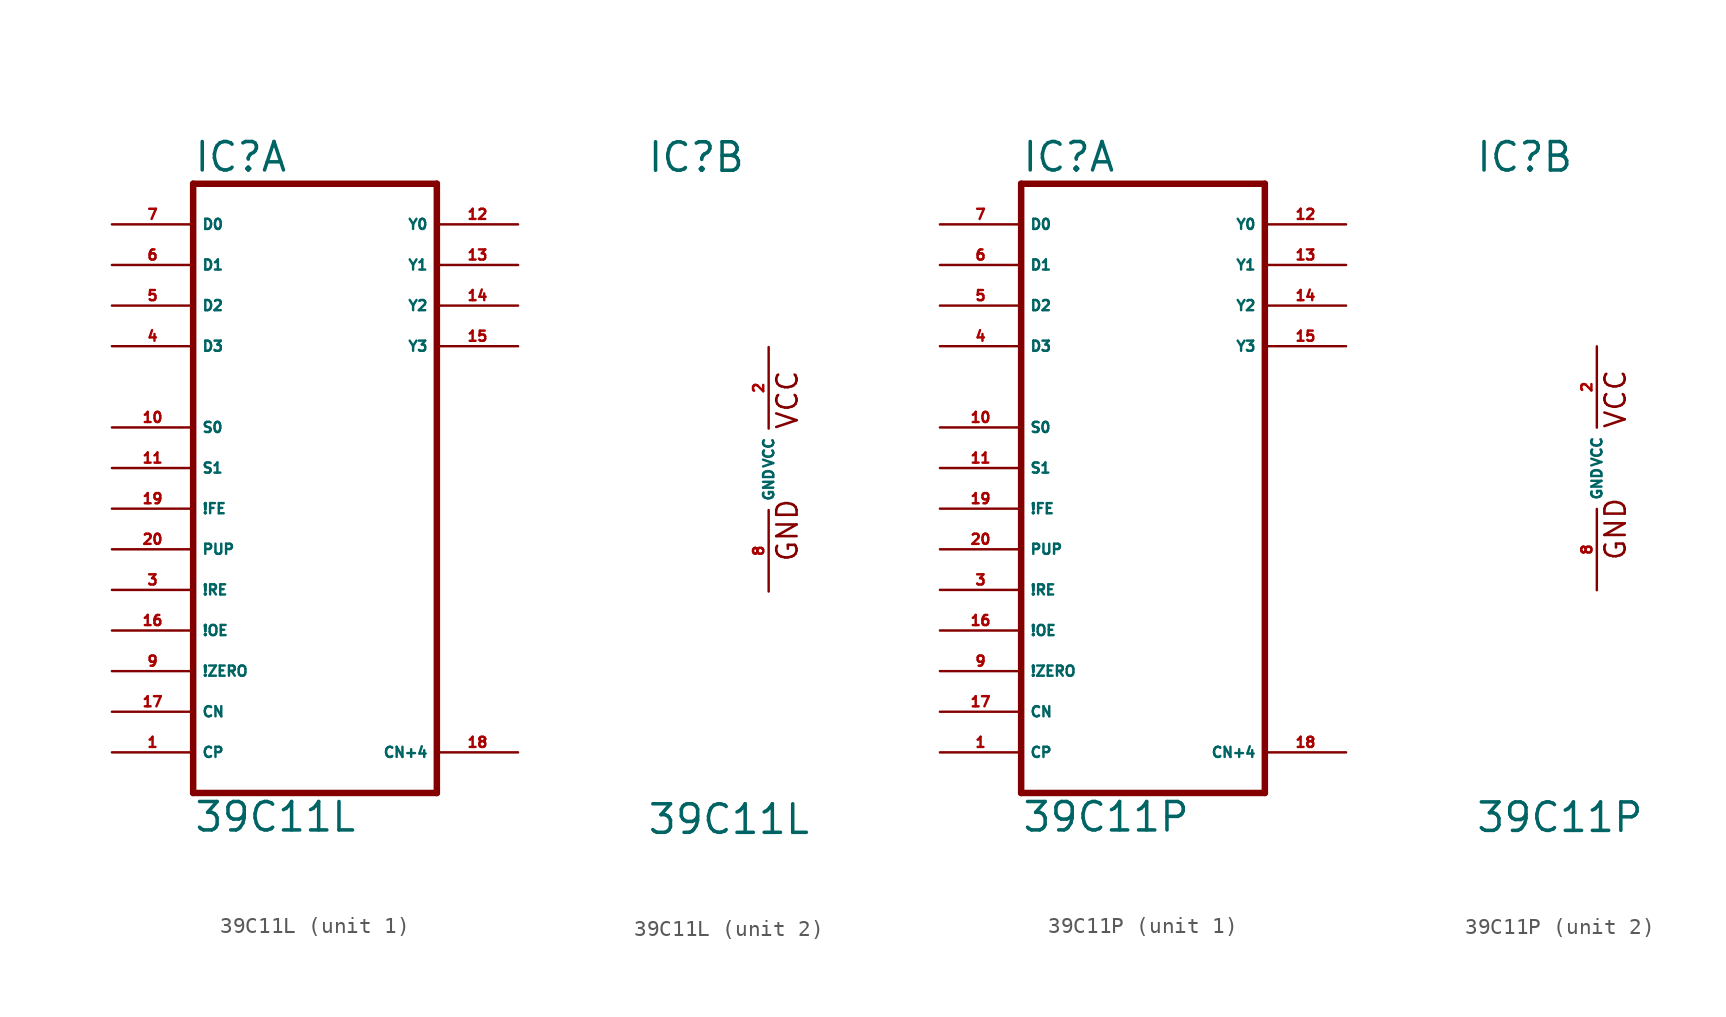
<source format=kicad_sym>
(kicad_symbol_lib
  (version 20220914)
  (generator Eagle2Kicad)
  (symbol "39C11L"
    (property "Reference" "IC"
      (at -7.62 18.415 0)
      (effects (font (size 1.778 1.778) (thickness 0.22)) (justify left bottom)))
    (property "Value" "39C11L"
      (at -7.62 -22.86 0)
      (effects (font (size 1.778 1.778) (thickness 0.22)) (justify left bottom)))
    (symbol "39C11L_1_0"
      (polyline (pts (xy -7.62 -20.32) (xy 7.62 -20.32)) (stroke (width 0.406) (type default)) (fill (type none)))
      (polyline (pts (xy 7.62 -20.32) (xy 7.62 17.78)) (stroke (width 0.406) (type default)) (fill (type none)))
      (polyline (pts (xy 7.62 17.78) (xy -7.62 17.78)) (stroke (width 0.406) (type default)) (fill (type none)))
      (polyline (pts (xy -7.62 17.78) (xy -7.62 -20.32)) (stroke (width 0.406) (type default)) (fill (type none)))
      (pin input line (at -12.7 15.24 0) (length 5.08) (name "D0" (effects (font (size 0.635 0.635) (thickness 0.08)) (justify left bottom))) (number "7" (effects (font (size 0.635 0.635) (thickness 0.08)) (justify left bottom))))
      (pin input line (at -12.7 12.7 0) (length 5.08) (name "D1" (effects (font (size 0.635 0.635) (thickness 0.08)) (justify left bottom))) (number "6" (effects (font (size 0.635 0.635) (thickness 0.08)) (justify left bottom))))
      (pin input line (at -12.7 10.16 0) (length 5.08) (name "D2" (effects (font (size 0.635 0.635) (thickness 0.08)) (justify left bottom))) (number "5" (effects (font (size 0.635 0.635) (thickness 0.08)) (justify left bottom))))
      (pin input line (at -12.7 7.62 0) (length 5.08) (name "D3" (effects (font (size 0.635 0.635) (thickness 0.08)) (justify left bottom))) (number "4" (effects (font (size 0.635 0.635) (thickness 0.08)) (justify left bottom))))
      (pin input line (at -12.7 2.54 0) (length 5.08) (name "S0" (effects (font (size 0.635 0.635) (thickness 0.08)) (justify left bottom))) (number "10" (effects (font (size 0.635 0.635) (thickness 0.08)) (justify left bottom))))
      (pin input line (at -12.7 0 0) (length 5.08) (name "S1" (effects (font (size 0.635 0.635) (thickness 0.08)) (justify left bottom))) (number "11" (effects (font (size 0.635 0.635) (thickness 0.08)) (justify left bottom))))
      (pin input line (at -12.7 -2.54 0) (length 5.08) (name "!FE" (effects (font (size 0.635 0.635) (thickness 0.08)) (justify left bottom))) (number "19" (effects (font (size 0.635 0.635) (thickness 0.08)) (justify left bottom))))
      (pin input line (at -12.7 -7.62 0) (length 5.08) (name "!RE" (effects (font (size 0.635 0.635) (thickness 0.08)) (justify left bottom))) (number "3" (effects (font (size 0.635 0.635) (thickness 0.08)) (justify left bottom))))
      (pin input line (at -12.7 -10.16 0) (length 5.08) (name "!OE" (effects (font (size 0.635 0.635) (thickness 0.08)) (justify left bottom))) (number "16" (effects (font (size 0.635 0.635) (thickness 0.08)) (justify left bottom))))
      (pin input line (at -12.7 -12.7 0) (length 5.08) (name "!ZERO" (effects (font (size 0.635 0.635) (thickness 0.08)) (justify left bottom))) (number "9" (effects (font (size 0.635 0.635) (thickness 0.08)) (justify left bottom))))
      (pin input line (at -12.7 -15.24 0) (length 5.08) (name "CN" (effects (font (size 0.635 0.635) (thickness 0.08)) (justify left bottom))) (number "17" (effects (font (size 0.635 0.635) (thickness 0.08)) (justify left bottom))))
      (pin output line (at 12.7 15.24 180) (length 5.08) (name "Y0" (effects (font (size 0.635 0.635) (thickness 0.08)) (justify left bottom))) (number "12" (effects (font (size 0.635 0.635) (thickness 0.08)) (justify left bottom))))
      (pin output line (at 12.7 12.7 180) (length 5.08) (name "Y1" (effects (font (size 0.635 0.635) (thickness 0.08)) (justify left bottom))) (number "13" (effects (font (size 0.635 0.635) (thickness 0.08)) (justify left bottom))))
      (pin output line (at 12.7 10.16 180) (length 5.08) (name "Y2" (effects (font (size 0.635 0.635) (thickness 0.08)) (justify left bottom))) (number "14" (effects (font (size 0.635 0.635) (thickness 0.08)) (justify left bottom))))
      (pin output line (at 12.7 7.62 180) (length 5.08) (name "Y3" (effects (font (size 0.635 0.635) (thickness 0.08)) (justify left bottom))) (number "15" (effects (font (size 0.635 0.635) (thickness 0.08)) (justify left bottom))))
      (pin output line (at 12.7 -17.78 180) (length 5.08) (name "CN+4" (effects (font (size 0.635 0.635) (thickness 0.08)) (justify left bottom))) (number "18" (effects (font (size 0.635 0.635) (thickness 0.08)) (justify left bottom))))
      (pin input line (at -12.7 -17.78 0) (length 5.08) (name "CP" (effects (font (size 0.635 0.635) (thickness 0.08)) (justify left bottom))) (number "1" (effects (font (size 0.635 0.635) (thickness 0.08)) (justify left bottom))))
      (pin input line (at -12.7 -5.08 0) (length 5.08) (name "PUP" (effects (font (size 0.635 0.635) (thickness 0.08)) (justify left bottom))) (number "20" (effects (font (size 0.635 0.635) (thickness 0.08)) (justify left bottom)))))
    (symbol "39C11L_2_0"
      (text "GND" (at 1.905 -5.842 900) (effects (font (size 1.27 1.27) (thickness 0.16)) (justify left bottom)))
      (text "VCC" (at 1.905 2.413 900) (effects (font (size 1.27 1.27) (thickness 0.16)) (justify left bottom)))
      (pin unspecified line (at 0 7.62 270) (length 5.08) (name "VCC" (effects (font (size 0.635 0.635) (thickness 0.08)) (justify left bottom))) (number "2" (effects (font (size 0.635 0.635) (thickness 0.08)) (justify left bottom))))
      (pin unspecified line (at 0 -7.62 90) (length 5.08) (name "GND" (effects (font (size 0.635 0.635) (thickness 0.08)) (justify left bottom))) (number "8" (effects (font (size 0.635 0.635) (thickness 0.08)) (justify left bottom))))))
  (symbol "39C11P"
    (property "Reference" "IC"
      (at -7.62 18.415 0)
      (effects (font (size 1.778 1.778) (thickness 0.22)) (justify left bottom)))
    (property "Value" "39C11P"
      (at -7.62 -22.86 0)
      (effects (font (size 1.778 1.778) (thickness 0.22)) (justify left bottom)))
    (symbol "39C11P_1_0"
      (polyline (pts (xy -7.62 -20.32) (xy 7.62 -20.32)) (stroke (width 0.406) (type default)) (fill (type none)))
      (polyline (pts (xy 7.62 -20.32) (xy 7.62 17.78)) (stroke (width 0.406) (type default)) (fill (type none)))
      (polyline (pts (xy 7.62 17.78) (xy -7.62 17.78)) (stroke (width 0.406) (type default)) (fill (type none)))
      (polyline (pts (xy -7.62 17.78) (xy -7.62 -20.32)) (stroke (width 0.406) (type default)) (fill (type none)))
      (pin input line (at -12.7 15.24 0) (length 5.08) (name "D0" (effects (font (size 0.635 0.635) (thickness 0.08)) (justify left bottom))) (number "7" (effects (font (size 0.635 0.635) (thickness 0.08)) (justify left bottom))))
      (pin input line (at -12.7 12.7 0) (length 5.08) (name "D1" (effects (font (size 0.635 0.635) (thickness 0.08)) (justify left bottom))) (number "6" (effects (font (size 0.635 0.635) (thickness 0.08)) (justify left bottom))))
      (pin input line (at -12.7 10.16 0) (length 5.08) (name "D2" (effects (font (size 0.635 0.635) (thickness 0.08)) (justify left bottom))) (number "5" (effects (font (size 0.635 0.635) (thickness 0.08)) (justify left bottom))))
      (pin input line (at -12.7 7.62 0) (length 5.08) (name "D3" (effects (font (size 0.635 0.635) (thickness 0.08)) (justify left bottom))) (number "4" (effects (font (size 0.635 0.635) (thickness 0.08)) (justify left bottom))))
      (pin input line (at -12.7 2.54 0) (length 5.08) (name "S0" (effects (font (size 0.635 0.635) (thickness 0.08)) (justify left bottom))) (number "10" (effects (font (size 0.635 0.635) (thickness 0.08)) (justify left bottom))))
      (pin input line (at -12.7 0 0) (length 5.08) (name "S1" (effects (font (size 0.635 0.635) (thickness 0.08)) (justify left bottom))) (number "11" (effects (font (size 0.635 0.635) (thickness 0.08)) (justify left bottom))))
      (pin input line (at -12.7 -2.54 0) (length 5.08) (name "!FE" (effects (font (size 0.635 0.635) (thickness 0.08)) (justify left bottom))) (number "19" (effects (font (size 0.635 0.635) (thickness 0.08)) (justify left bottom))))
      (pin input line (at -12.7 -7.62 0) (length 5.08) (name "!RE" (effects (font (size 0.635 0.635) (thickness 0.08)) (justify left bottom))) (number "3" (effects (font (size 0.635 0.635) (thickness 0.08)) (justify left bottom))))
      (pin input line (at -12.7 -10.16 0) (length 5.08) (name "!OE" (effects (font (size 0.635 0.635) (thickness 0.08)) (justify left bottom))) (number "16" (effects (font (size 0.635 0.635) (thickness 0.08)) (justify left bottom))))
      (pin input line (at -12.7 -12.7 0) (length 5.08) (name "!ZERO" (effects (font (size 0.635 0.635) (thickness 0.08)) (justify left bottom))) (number "9" (effects (font (size 0.635 0.635) (thickness 0.08)) (justify left bottom))))
      (pin input line (at -12.7 -15.24 0) (length 5.08) (name "CN" (effects (font (size 0.635 0.635) (thickness 0.08)) (justify left bottom))) (number "17" (effects (font (size 0.635 0.635) (thickness 0.08)) (justify left bottom))))
      (pin output line (at 12.7 15.24 180) (length 5.08) (name "Y0" (effects (font (size 0.635 0.635) (thickness 0.08)) (justify left bottom))) (number "12" (effects (font (size 0.635 0.635) (thickness 0.08)) (justify left bottom))))
      (pin output line (at 12.7 12.7 180) (length 5.08) (name "Y1" (effects (font (size 0.635 0.635) (thickness 0.08)) (justify left bottom))) (number "13" (effects (font (size 0.635 0.635) (thickness 0.08)) (justify left bottom))))
      (pin output line (at 12.7 10.16 180) (length 5.08) (name "Y2" (effects (font (size 0.635 0.635) (thickness 0.08)) (justify left bottom))) (number "14" (effects (font (size 0.635 0.635) (thickness 0.08)) (justify left bottom))))
      (pin output line (at 12.7 7.62 180) (length 5.08) (name "Y3" (effects (font (size 0.635 0.635) (thickness 0.08)) (justify left bottom))) (number "15" (effects (font (size 0.635 0.635) (thickness 0.08)) (justify left bottom))))
      (pin output line (at 12.7 -17.78 180) (length 5.08) (name "CN+4" (effects (font (size 0.635 0.635) (thickness 0.08)) (justify left bottom))) (number "18" (effects (font (size 0.635 0.635) (thickness 0.08)) (justify left bottom))))
      (pin input line (at -12.7 -17.78 0) (length 5.08) (name "CP" (effects (font (size 0.635 0.635) (thickness 0.08)) (justify left bottom))) (number "1" (effects (font (size 0.635 0.635) (thickness 0.08)) (justify left bottom))))
      (pin input line (at -12.7 -5.08 0) (length 5.08) (name "PUP" (effects (font (size 0.635 0.635) (thickness 0.08)) (justify left bottom))) (number "20" (effects (font (size 0.635 0.635) (thickness 0.08)) (justify left bottom)))))
    (symbol "39C11P_2_0"
      (text "GND" (at 1.905 -5.842 900) (effects (font (size 1.27 1.27) (thickness 0.16)) (justify left bottom)))
      (text "VCC" (at 1.905 2.413 900) (effects (font (size 1.27 1.27) (thickness 0.16)) (justify left bottom)))
      (pin unspecified line (at 0 7.62 270) (length 5.08) (name "VCC" (effects (font (size 0.635 0.635) (thickness 0.08)) (justify left bottom))) (number "2" (effects (font (size 0.635 0.635) (thickness 0.08)) (justify left bottom))))
      (pin unspecified line (at 0 -7.62 90) (length 5.08) (name "GND" (effects (font (size 0.635 0.635) (thickness 0.08)) (justify left bottom))) (number "8" (effects (font (size 0.635 0.635) (thickness 0.08)) (justify left bottom)))))))
</source>
